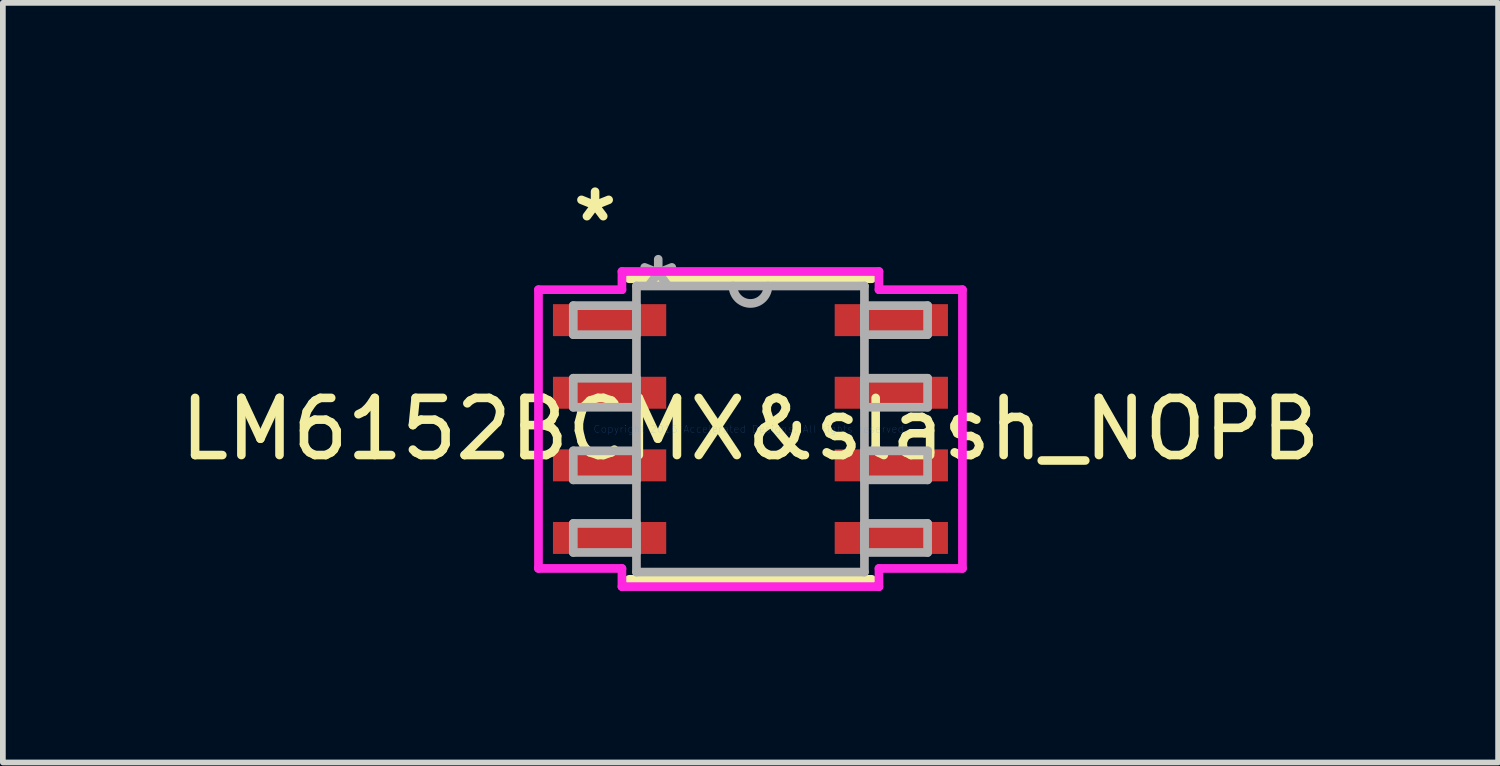
<source format=kicad_pcb>
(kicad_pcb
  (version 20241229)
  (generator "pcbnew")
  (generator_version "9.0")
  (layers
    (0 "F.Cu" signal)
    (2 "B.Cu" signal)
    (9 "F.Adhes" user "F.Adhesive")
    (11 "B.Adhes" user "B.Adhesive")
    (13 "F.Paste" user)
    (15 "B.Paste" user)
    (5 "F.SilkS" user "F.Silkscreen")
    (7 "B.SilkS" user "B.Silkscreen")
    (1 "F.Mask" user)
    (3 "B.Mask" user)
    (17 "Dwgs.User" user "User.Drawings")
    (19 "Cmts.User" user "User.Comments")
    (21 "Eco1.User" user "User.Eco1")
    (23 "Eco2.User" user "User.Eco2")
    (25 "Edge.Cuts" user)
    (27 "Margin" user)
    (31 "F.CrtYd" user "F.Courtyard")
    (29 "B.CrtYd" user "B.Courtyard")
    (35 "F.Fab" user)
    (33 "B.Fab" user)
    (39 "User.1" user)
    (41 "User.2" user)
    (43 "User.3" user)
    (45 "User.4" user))
  (footprint "LM6152BCMX&slash_NOPB"
    (layer "F.Cu")
    (at 10.077 4.455)
    (property "Reference" "LM6152BCMX&slash_NOPB" (at 0 0 0) (layer "F.SilkS") (effects (font (size 1 1) (thickness 0.15))))
    (attr through_hole)
    (fp_line (start -2.121 2.629) (end 2.121 2.629) (stroke (width 0.152) (type solid)) (layer "F.SilkS"))
    (fp_line (start 2.121 -2.629) (end -2.121 -2.629) (stroke (width 0.152) (type solid)) (layer "F.SilkS"))
    (fp_line (start -3.708 -2.438) (end -2.248 -2.438) (stroke (width 0.152) (type solid)) (layer "F.CrtYd"))
    (fp_line (start -3.708 2.438) (end -3.708 -2.438) (stroke (width 0.152) (type solid)) (layer "F.CrtYd"))
    (fp_line (start -2.248 -2.756) (end 2.248 -2.756) (stroke (width 0.152) (type solid)) (layer "F.CrtYd"))
    (fp_line (start -2.248 -2.438) (end -2.248 -2.756) (stroke (width 0.152) (type solid)) (layer "F.CrtYd"))
    (fp_line (start -2.248 2.438) (end -3.708 2.438) (stroke (width 0.152) (type solid)) (layer "F.CrtYd"))
    (fp_line (start -2.248 2.756) (end -2.248 2.438) (stroke (width 0.152) (type solid)) (layer "F.CrtYd"))
    (fp_line (start 2.248 -2.756) (end 2.248 -2.438) (stroke (width 0.152) (type solid)) (layer "F.CrtYd"))
    (fp_line (start 2.248 -2.438) (end 3.708 -2.438) (stroke (width 0.152) (type solid)) (layer "F.CrtYd"))
    (fp_line (start 2.248 2.438) (end 2.248 2.756) (stroke (width 0.152) (type solid)) (layer "F.CrtYd"))
    (fp_line (start 2.248 2.756) (end -2.248 2.756) (stroke (width 0.152) (type solid)) (layer "F.CrtYd"))
    (fp_line (start 3.708 -2.438) (end 3.708 2.438) (stroke (width 0.152) (type solid)) (layer "F.CrtYd"))
    (fp_line (start 3.708 2.438) (end 2.248 2.438) (stroke (width 0.152) (type solid)) (layer "F.CrtYd"))
    (fp_line (start -3.099 -2.159) (end -3.099 -1.651) (stroke (width 0.152) (type solid)) (layer "F.Fab"))
    (fp_line (start -3.099 -1.651) (end -1.994 -1.651) (stroke (width 0.152) (type solid)) (layer "F.Fab"))
    (fp_line (start -3.099 -0.889) (end -3.099 -0.381) (stroke (width 0.152) (type solid)) (layer "F.Fab"))
    (fp_line (start -3.099 -0.381) (end -1.994 -0.381) (stroke (width 0.152) (type solid)) (layer "F.Fab"))
    (fp_line (start -3.099 0.381) (end -3.099 0.889) (stroke (width 0.152) (type solid)) (layer "F.Fab"))
    (fp_line (start -3.099 0.889) (end -1.994 0.889) (stroke (width 0.152) (type solid)) (layer "F.Fab"))
    (fp_line (start -3.099 1.651) (end -3.099 2.159) (stroke (width 0.152) (type solid)) (layer "F.Fab"))
    (fp_line (start -3.099 2.159) (end -1.994 2.159) (stroke (width 0.152) (type solid)) (layer "F.Fab"))
    (fp_line (start -1.994 -2.502) (end -1.994 2.502) (stroke (width 0.152) (type solid)) (layer "F.Fab"))
    (fp_line (start -1.994 -2.159) (end -3.099 -2.159) (stroke (width 0.152) (type solid)) (layer "F.Fab"))
    (fp_line (start -1.994 -1.651) (end -1.994 -2.159) (stroke (width 0.152) (type solid)) (layer "F.Fab"))
    (fp_line (start -1.994 -0.889) (end -3.099 -0.889) (stroke (width 0.152) (type solid)) (layer "F.Fab"))
    (fp_line (start -1.994 -0.381) (end -1.994 -0.889) (stroke (width 0.152) (type solid)) (layer "F.Fab"))
    (fp_line (start -1.994 0.381) (end -3.099 0.381) (stroke (width 0.152) (type solid)) (layer "F.Fab"))
    (fp_line (start -1.994 0.889) (end -1.994 0.381) (stroke (width 0.152) (type solid)) (layer "F.Fab"))
    (fp_line (start -1.994 1.651) (end -3.099 1.651) (stroke (width 0.152) (type solid)) (layer "F.Fab"))
    (fp_line (start -1.994 2.159) (end -1.994 1.651) (stroke (width 0.152) (type solid)) (layer "F.Fab"))
    (fp_line (start -1.994 2.502) (end 1.994 2.502) (stroke (width 0.152) (type solid)) (layer "F.Fab"))
    (fp_line (start 1.994 -2.502) (end -1.994 -2.502) (stroke (width 0.152) (type solid)) (layer "F.Fab"))
    (fp_line (start 1.994 -2.159) (end 1.994 -1.651) (stroke (width 0.152) (type solid)) (layer "F.Fab"))
    (fp_line (start 1.994 -1.651) (end 3.099 -1.651) (stroke (width 0.152) (type solid)) (layer "F.Fab"))
    (fp_line (start 1.994 -0.889) (end 1.994 -0.381) (stroke (width 0.152) (type solid)) (layer "F.Fab"))
    (fp_line (start 1.994 -0.381) (end 3.099 -0.381) (stroke (width 0.152) (type solid)) (layer "F.Fab"))
    (fp_line (start 1.994 0.381) (end 1.994 0.889) (stroke (width 0.152) (type solid)) (layer "F.Fab"))
    (fp_line (start 1.994 0.889) (end 3.099 0.889) (stroke (width 0.152) (type solid)) (layer "F.Fab"))
    (fp_line (start 1.994 1.651) (end 1.994 2.159) (stroke (width 0.152) (type solid)) (layer "F.Fab"))
    (fp_line (start 1.994 2.159) (end 3.099 2.159) (stroke (width 0.152) (type solid)) (layer "F.Fab"))
    (fp_line (start 1.994 2.502) (end 1.994 -2.502) (stroke (width 0.152) (type solid)) (layer "F.Fab"))
    (fp_line (start 3.099 -2.159) (end 1.994 -2.159) (stroke (width 0.152) (type solid)) (layer "F.Fab"))
    (fp_line (start 3.099 -1.651) (end 3.099 -2.159) (stroke (width 0.152) (type solid)) (layer "F.Fab"))
    (fp_line (start 3.099 -0.889) (end 1.994 -0.889) (stroke (width 0.152) (type solid)) (layer "F.Fab"))
    (fp_line (start 3.099 -0.381) (end 3.099 -0.889) (stroke (width 0.152) (type solid)) (layer "F.Fab"))
    (fp_line (start 3.099 0.381) (end 1.994 0.381) (stroke (width 0.152) (type solid)) (layer "F.Fab"))
    (fp_line (start 3.099 0.889) (end 3.099 0.381) (stroke (width 0.152) (type solid)) (layer "F.Fab"))
    (fp_line (start 3.099 1.651) (end 1.994 1.651) (stroke (width 0.152) (type solid)) (layer "F.Fab"))
    (fp_line (start 3.099 2.159) (end 3.099 1.651) (stroke (width 0.152) (type solid)) (layer "F.Fab"))
    (fp_arc (start 0.3048 -2.5019) (mid 0 -2.1971) (end -0.3048 -2.5019) (stroke (width 0.1524) (type solid)) (layer "F.Fab"))
    (fp_text user "*" (at -2.718 -3.607 0) (layer "F.SilkS") (effects (font (size 1 1) (thickness 0.15))))
    (fp_text user "Copyright 2016 Accelerated Designs. All rights reserved." (at 0 0 0) (layer "Cmts.User") (effects (font (size 0.127 0.127) (thickness 0.002))))
    (fp_text user "*" (at -1.613 -2.426 0) (layer "F.Fab") (effects (font (size 1 1) (thickness 0.15))))
    (pad "1" smd rect (at -2.464 -1.905) (size 1.981 0.559) (layers "F.Cu" "F.Mask" "F.Paste"))
    (pad "2" smd rect (at -2.464 -0.635) (size 1.981 0.559) (layers "F.Cu" "F.Mask" "F.Paste"))
    (pad "3" smd rect (at -2.464 0.635) (size 1.981 0.559) (layers "F.Cu" "F.Mask" "F.Paste"))
    (pad "4" smd rect (at -2.464 1.905) (size 1.981 0.559) (layers "F.Cu" "F.Mask" "F.Paste"))
    (pad "5" smd rect (at 2.464 1.905) (size 1.981 0.559) (layers "F.Cu" "F.Mask" "F.Paste"))
    (pad "6" smd rect (at 2.464 0.635) (size 1.981 0.559) (layers "F.Cu" "F.Mask" "F.Paste"))
    (pad "7" smd rect (at 2.464 -0.635) (size 1.981 0.559) (layers "F.Cu" "F.Mask" "F.Paste"))
    (pad "8" smd rect (at 2.464 -1.905) (size 1.981 0.559) (layers "F.Cu" "F.Mask" "F.Paste")))
  (gr_rect
    (start -3 -3)
    (end 23.155 10.287)
    (stroke (width 0.1) (type default))
    (fill no)
    (layer "Edge.Cuts")))
</source>
